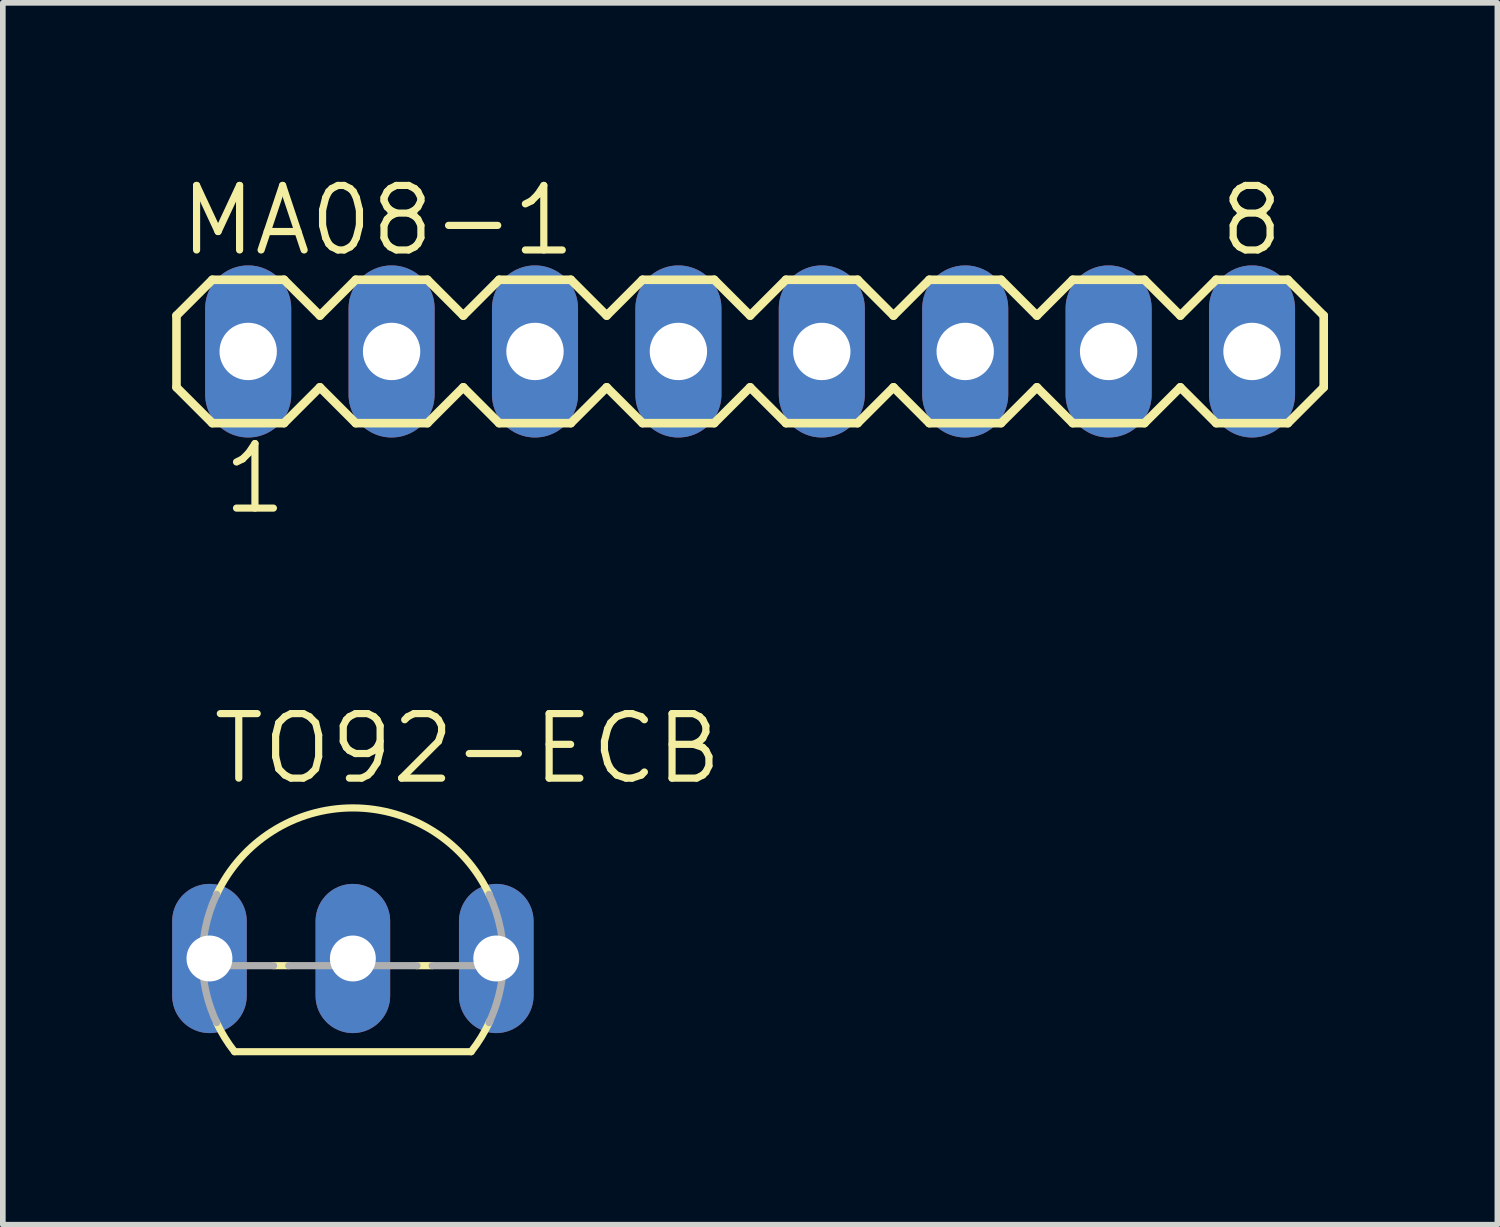
<source format=kicad_pcb>
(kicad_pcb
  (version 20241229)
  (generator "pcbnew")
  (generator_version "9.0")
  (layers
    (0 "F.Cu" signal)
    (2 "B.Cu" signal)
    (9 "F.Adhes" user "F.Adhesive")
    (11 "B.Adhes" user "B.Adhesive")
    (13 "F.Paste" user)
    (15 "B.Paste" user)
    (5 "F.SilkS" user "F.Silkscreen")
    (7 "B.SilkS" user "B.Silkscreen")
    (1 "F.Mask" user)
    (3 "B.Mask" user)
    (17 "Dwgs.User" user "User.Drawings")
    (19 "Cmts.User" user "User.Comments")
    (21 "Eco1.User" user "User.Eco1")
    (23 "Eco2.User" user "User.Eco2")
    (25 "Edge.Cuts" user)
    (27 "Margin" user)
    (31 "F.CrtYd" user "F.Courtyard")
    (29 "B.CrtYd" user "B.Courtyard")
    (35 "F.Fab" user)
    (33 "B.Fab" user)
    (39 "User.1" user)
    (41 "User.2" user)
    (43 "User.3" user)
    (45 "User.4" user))
  (footprint "MA08-1"
    (layer "F.Cu")
    (at 10.236 3.175)
    (property "Reference" "MA08-1" (at -10.16 -1.651 0) (unlocked yes) (layer "F.SilkS") (effects (font (size 1.143 1.143) (thickness 0.127)) (justify left bottom)))
    (fp_line (start -10.16 -0.635) (end -10.16 0.635) (stroke (width 0.152) (type solid)) (layer "F.SilkS"))
    (fp_line (start -10.16 0.635) (end -9.525 1.27) (stroke (width 0.152) (type solid)) (layer "F.SilkS"))
    (fp_line (start -9.525 -1.27) (end -10.16 -0.635) (stroke (width 0.152) (type solid)) (layer "F.SilkS"))
    (fp_line (start -9.525 -1.27) (end -8.255 -1.27) (stroke (width 0.152) (type solid)) (layer "F.SilkS"))
    (fp_line (start -8.255 -1.27) (end -7.62 -0.635) (stroke (width 0.152) (type solid)) (layer "F.SilkS"))
    (fp_line (start -8.255 1.27) (end -9.525 1.27) (stroke (width 0.152) (type solid)) (layer "F.SilkS"))
    (fp_line (start -7.62 -0.635) (end -6.985 -1.27) (stroke (width 0.152) (type solid)) (layer "F.SilkS"))
    (fp_line (start -7.62 0.635) (end -8.255 1.27) (stroke (width 0.152) (type solid)) (layer "F.SilkS"))
    (fp_line (start -6.985 -1.27) (end -5.715 -1.27) (stroke (width 0.152) (type solid)) (layer "F.SilkS"))
    (fp_line (start -6.985 1.27) (end -7.62 0.635) (stroke (width 0.152) (type solid)) (layer "F.SilkS"))
    (fp_line (start -5.715 -1.27) (end -5.08 -0.635) (stroke (width 0.152) (type solid)) (layer "F.SilkS"))
    (fp_line (start -5.715 1.27) (end -6.985 1.27) (stroke (width 0.152) (type solid)) (layer "F.SilkS"))
    (fp_line (start -5.08 -0.635) (end -4.445 -1.27) (stroke (width 0.152) (type solid)) (layer "F.SilkS"))
    (fp_line (start -5.08 0.635) (end -5.715 1.27) (stroke (width 0.152) (type solid)) (layer "F.SilkS"))
    (fp_line (start -4.445 -1.27) (end -3.175 -1.27) (stroke (width 0.152) (type solid)) (layer "F.SilkS"))
    (fp_line (start -4.445 1.27) (end -5.08 0.635) (stroke (width 0.152) (type solid)) (layer "F.SilkS"))
    (fp_line (start -3.175 -1.27) (end -2.54 -0.635) (stroke (width 0.152) (type solid)) (layer "F.SilkS"))
    (fp_line (start -3.175 1.27) (end -4.445 1.27) (stroke (width 0.152) (type solid)) (layer "F.SilkS"))
    (fp_line (start -2.54 0.635) (end -3.175 1.27) (stroke (width 0.152) (type solid)) (layer "F.SilkS"))
    (fp_line (start -2.54 0.635) (end -1.905 1.27) (stroke (width 0.152) (type solid)) (layer "F.SilkS"))
    (fp_line (start -1.905 -1.27) (end -2.54 -0.635) (stroke (width 0.152) (type solid)) (layer "F.SilkS"))
    (fp_line (start -1.905 -1.27) (end -0.635 -1.27) (stroke (width 0.152) (type solid)) (layer "F.SilkS"))
    (fp_line (start -0.635 -1.27) (end 0 -0.635) (stroke (width 0.152) (type solid)) (layer "F.SilkS"))
    (fp_line (start -0.635 1.27) (end -1.905 1.27) (stroke (width 0.152) (type solid)) (layer "F.SilkS"))
    (fp_line (start 0 0.635) (end -0.635 1.27) (stroke (width 0.152) (type solid)) (layer "F.SilkS"))
    (fp_line (start 0 0.635) (end 0.635 1.27) (stroke (width 0.152) (type solid)) (layer "F.SilkS"))
    (fp_line (start 0.635 -1.27) (end 0 -0.635) (stroke (width 0.152) (type solid)) (layer "F.SilkS"))
    (fp_line (start 0.635 -1.27) (end 1.905 -1.27) (stroke (width 0.152) (type solid)) (layer "F.SilkS"))
    (fp_line (start 1.905 -1.27) (end 2.54 -0.635) (stroke (width 0.152) (type solid)) (layer "F.SilkS"))
    (fp_line (start 1.905 1.27) (end 0.635 1.27) (stroke (width 0.152) (type solid)) (layer "F.SilkS"))
    (fp_line (start 2.54 -0.635) (end 3.175 -1.27) (stroke (width 0.152) (type solid)) (layer "F.SilkS"))
    (fp_line (start 2.54 0.635) (end 1.905 1.27) (stroke (width 0.152) (type solid)) (layer "F.SilkS"))
    (fp_line (start 3.175 -1.27) (end 4.445 -1.27) (stroke (width 0.152) (type solid)) (layer "F.SilkS"))
    (fp_line (start 3.175 1.27) (end 2.54 0.635) (stroke (width 0.152) (type solid)) (layer "F.SilkS"))
    (fp_line (start 4.445 -1.27) (end 5.08 -0.635) (stroke (width 0.152) (type solid)) (layer "F.SilkS"))
    (fp_line (start 4.445 1.27) (end 3.175 1.27) (stroke (width 0.152) (type solid)) (layer "F.SilkS"))
    (fp_line (start 5.08 -0.635) (end 5.715 -1.27) (stroke (width 0.152) (type solid)) (layer "F.SilkS"))
    (fp_line (start 5.08 0.635) (end 4.445 1.27) (stroke (width 0.152) (type solid)) (layer "F.SilkS"))
    (fp_line (start 5.715 -1.27) (end 6.985 -1.27) (stroke (width 0.152) (type solid)) (layer "F.SilkS"))
    (fp_line (start 5.715 1.27) (end 5.08 0.635) (stroke (width 0.152) (type solid)) (layer "F.SilkS"))
    (fp_line (start 6.985 -1.27) (end 7.62 -0.635) (stroke (width 0.152) (type solid)) (layer "F.SilkS"))
    (fp_line (start 6.985 1.27) (end 5.715 1.27) (stroke (width 0.152) (type solid)) (layer "F.SilkS"))
    (fp_line (start 7.62 0.635) (end 6.985 1.27) (stroke (width 0.152) (type solid)) (layer "F.SilkS"))
    (fp_line (start 7.62 0.635) (end 8.255 1.27) (stroke (width 0.152) (type solid)) (layer "F.SilkS"))
    (fp_line (start 8.255 -1.27) (end 7.62 -0.635) (stroke (width 0.152) (type solid)) (layer "F.SilkS"))
    (fp_line (start 8.255 -1.27) (end 9.525 -1.27) (stroke (width 0.152) (type solid)) (layer "F.SilkS"))
    (fp_line (start 9.525 -1.27) (end 10.16 -0.635) (stroke (width 0.152) (type solid)) (layer "F.SilkS"))
    (fp_line (start 9.525 1.27) (end 8.255 1.27) (stroke (width 0.152) (type solid)) (layer "F.SilkS"))
    (fp_line (start 10.16 -0.635) (end 10.16 0.635) (stroke (width 0.152) (type solid)) (layer "F.SilkS"))
    (fp_line (start 10.16 0.635) (end 9.525 1.27) (stroke (width 0.152) (type solid)) (layer "F.SilkS"))
    (fp_poly (pts (xy -9.144 0.254) (xy -8.636 0.254) (xy -8.636 -0.254) (xy -9.144 -0.254)) (stroke (width 0.1) (type default)) (fill no) (layer "F.Fab"))
    (fp_poly (pts (xy -6.604 0.254) (xy -6.096 0.254) (xy -6.096 -0.254) (xy -6.604 -0.254)) (stroke (width 0.1) (type default)) (fill no) (layer "F.Fab"))
    (fp_poly (pts (xy -4.064 0.254) (xy -3.556 0.254) (xy -3.556 -0.254) (xy -4.064 -0.254)) (stroke (width 0.1) (type default)) (fill no) (layer "F.Fab"))
    (fp_poly (pts (xy -1.524 0.254) (xy -1.016 0.254) (xy -1.016 -0.254) (xy -1.524 -0.254)) (stroke (width 0.1) (type default)) (fill no) (layer "F.Fab"))
    (fp_poly (pts (xy 1.016 0.254) (xy 1.524 0.254) (xy 1.524 -0.254) (xy 1.016 -0.254)) (stroke (width 0.1) (type default)) (fill no) (layer "F.Fab"))
    (fp_poly (pts (xy 3.556 0.254) (xy 4.064 0.254) (xy 4.064 -0.254) (xy 3.556 -0.254)) (stroke (width 0.1) (type default)) (fill no) (layer "F.Fab"))
    (fp_poly (pts (xy 6.096 0.254) (xy 6.604 0.254) (xy 6.604 -0.254) (xy 6.096 -0.254)) (stroke (width 0.1) (type default)) (fill no) (layer "F.Fab"))
    (fp_poly (pts (xy 8.636 0.254) (xy 9.144 0.254) (xy 9.144 -0.254) (xy 8.636 -0.254)) (stroke (width 0.1) (type default)) (fill no) (layer "F.Fab"))
    (fp_text user "1" (at -9.398 2.921 0) (unlocked yes) (layer "F.SilkS") (effects (font (size 1.143 1.143) (thickness 0.127)) (justify left bottom)))
    (fp_text user "8" (at 8.255 -1.651 0) (unlocked yes) (layer "F.SilkS") (effects (font (size 1.143 1.143) (thickness 0.127)) (justify left bottom)))
    (pad "1" thru_hole oval (at -8.89 0 90) (size 3.048 1.524) (drill 1.016) (layers "*.Cu" "*.Mask"))
    (pad "2" thru_hole oval (at -6.35 0 90) (size 3.048 1.524) (drill 1.016) (layers "*.Cu" "*.Mask"))
    (pad "3" thru_hole oval (at -3.81 0 90) (size 3.048 1.524) (drill 1.016) (layers "*.Cu" "*.Mask"))
    (pad "4" thru_hole oval (at -1.27 0 90) (size 3.048 1.524) (drill 1.016) (layers "*.Cu" "*.Mask"))
    (pad "5" thru_hole oval (at 1.27 0 90) (size 3.048 1.524) (drill 1.016) (layers "*.Cu" "*.Mask"))
    (pad "6" thru_hole oval (at 3.81 0 90) (size 3.048 1.524) (drill 1.016) (layers "*.Cu" "*.Mask"))
    (pad "7" thru_hole oval (at 6.35 0 90) (size 3.048 1.524) (drill 1.016) (layers "*.Cu" "*.Mask"))
    (pad "8" thru_hole oval (at 8.89 0 90) (size 3.048 1.524) (drill 1.016) (layers "*.Cu" "*.Mask")))
  (footprint "TO92-ECB"
    (layer "F.Cu")
    (at 3.2 13.927)
    (property "Reference" "TO92-ECB" (at -2.54 -3.048 0) (unlocked yes) (layer "F.SilkS") (effects (font (size 1.143 1.143) (thickness 0.127)) (justify left bottom)))
    (fp_line (start -2.095 1.651) (end 2.095 1.651) (stroke (width 0.127) (type solid)) (layer "F.SilkS"))
    (fp_line (start -1.136 0.127) (end -1.404 0.127) (stroke (width 0.127) (type solid)) (layer "F.SilkS"))
    (fp_line (start 1.404 0.127) (end 1.136 0.127) (stroke (width 0.127) (type solid)) (layer "F.SilkS"))
    (fp_arc (start -2.413 -1.1359) (mid -0.000001 -2.666986) (end 2.412999 -1.135901) (stroke (width 0.127) (type solid)) (layer "F.SilkS"))
    (fp_arc (start -2.095 1.651) (mid -2.268918 1.40252) (end -2.4135 1.1359) (stroke (width 0.127) (type solid)) (layer "F.SilkS"))
    (fp_arc (start 2.4247 1.1118) (mid 2.275878 1.391201) (end 2.095 1.651) (stroke (width 0.127) (type solid)) (layer "F.SilkS"))
    (fp_line (start -1.404 0.127) (end -2.664 0.127) (stroke (width 0.127) (type solid)) (layer "F.Fab"))
    (fp_line (start 1.136 0.127) (end -1.136 0.127) (stroke (width 0.127) (type solid)) (layer "F.Fab"))
    (fp_line (start 2.664 0.127) (end 1.404 0.127) (stroke (width 0.127) (type solid)) (layer "F.Fab"))
    (fp_arc (start -2.663999 0.127) (mid -2.615866 -0.519826) (end -2.413 -1.1359) (stroke (width 0.127) (type solid)) (layer "F.Fab"))
    (fp_arc (start -2.413 1.1359) (mid -2.588137 0.643799) (end -2.664 0.127) (stroke (width 0.127) (type solid)) (layer "F.Fab"))
    (fp_arc (start 2.413 -1.1359) (mid 2.615846 -0.519822) (end 2.664 0.127) (stroke (width 0.127) (type solid)) (layer "F.Fab"))
    (fp_arc (start 2.664 0.127) (mid 2.588137 0.643799) (end 2.413 1.1359) (stroke (width 0.127) (type solid)) (layer "F.Fab"))
    (pad "B" thru_hole oval (at 2.54 0 90) (size 2.642 1.321) (drill 0.813) (layers "*.Cu" "*.Mask"))
    (pad "C" thru_hole oval (at 0 0 90) (size 2.642 1.321) (drill 0.813) (layers "*.Cu" "*.Mask"))
    (pad "E" thru_hole oval (at -2.54 0 90) (size 2.642 1.321) (drill 0.813) (layers "*.Cu" "*.Mask")))
  (gr_rect
    (start -3 -3)
    (end 23.472 18.642)
    (stroke (width 0.1) (type default))
    (fill no)
    (layer "Edge.Cuts")))
</source>
